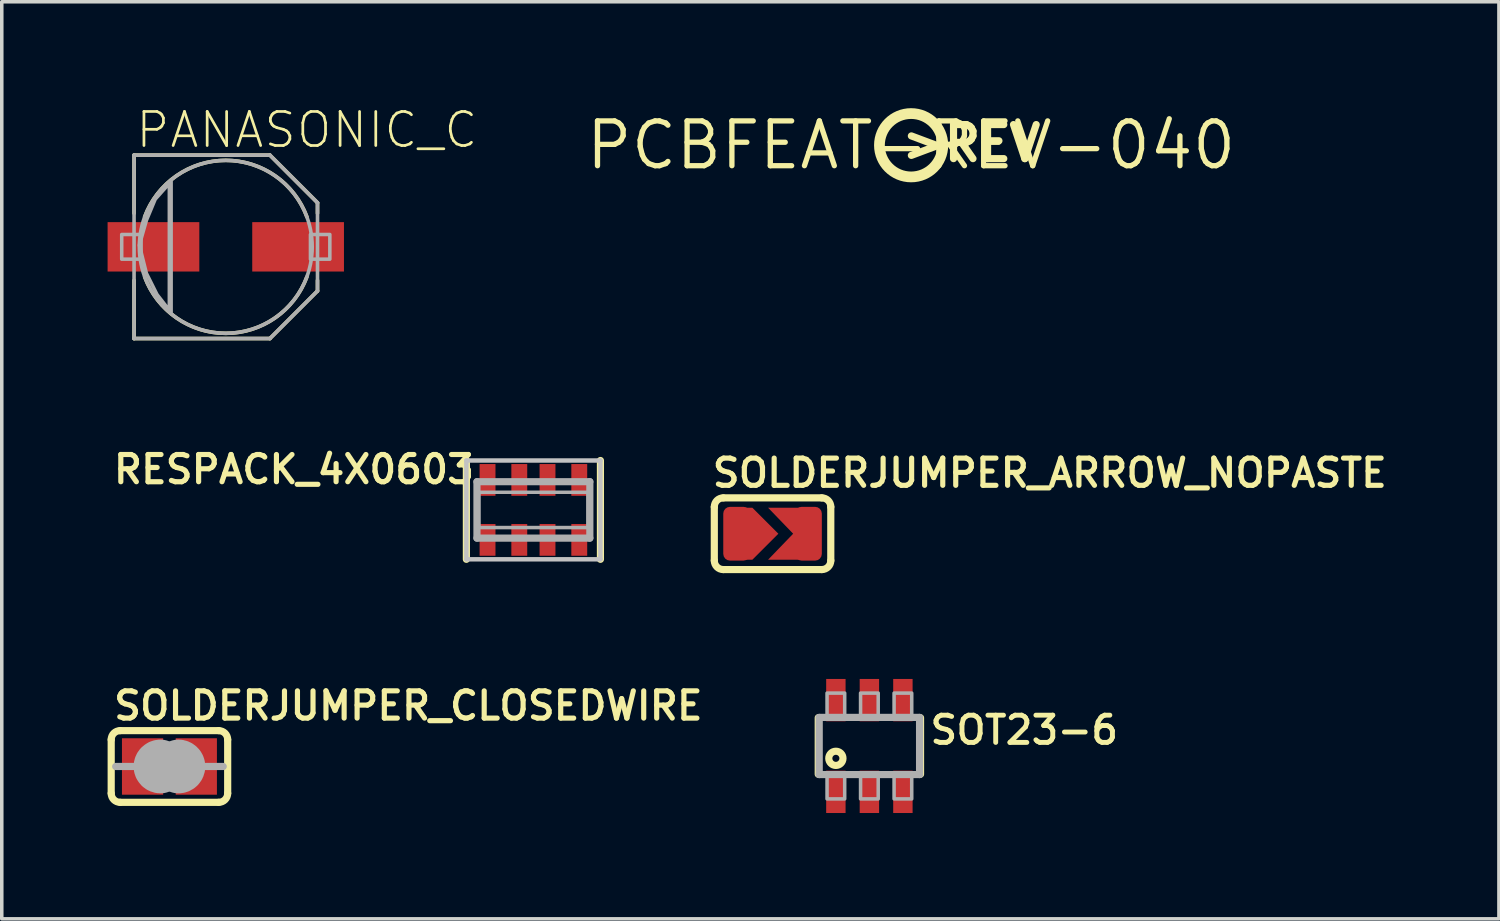
<source format=kicad_pcb>
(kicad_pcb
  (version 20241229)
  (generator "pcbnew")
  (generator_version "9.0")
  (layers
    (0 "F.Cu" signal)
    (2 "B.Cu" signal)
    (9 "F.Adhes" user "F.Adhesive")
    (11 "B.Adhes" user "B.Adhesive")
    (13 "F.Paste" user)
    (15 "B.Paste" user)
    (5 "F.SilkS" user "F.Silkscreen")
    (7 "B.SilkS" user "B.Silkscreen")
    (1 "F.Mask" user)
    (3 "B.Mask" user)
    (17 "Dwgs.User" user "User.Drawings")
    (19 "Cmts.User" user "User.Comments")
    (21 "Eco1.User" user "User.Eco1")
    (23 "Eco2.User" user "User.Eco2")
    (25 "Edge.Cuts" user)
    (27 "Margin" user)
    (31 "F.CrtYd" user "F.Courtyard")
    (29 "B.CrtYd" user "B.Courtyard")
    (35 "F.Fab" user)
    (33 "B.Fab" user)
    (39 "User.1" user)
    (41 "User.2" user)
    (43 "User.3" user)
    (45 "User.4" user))
  (footprint "SOLDERJUMPER_CLOSEDWIRE"
    (layer "F.Cu")
    (at 1.753 18.677)
    (property "Reference" "SOLDERJUMPER_CLOSEDWIRE" (at -1.651 -1.27 0) (layer "F.SilkS") (effects (font (size 0.772 0.772) (thickness 0.146)) (justify left bottom)))
    (attr through_hole)
    (fp_poly (pts (xy -1.27 -0.762) (xy 1.27 -0.762) (xy 1.27 0.762) (xy -1.27 0.762)) (stroke (width 0) (type solid)) (fill yes) (layer "F.Mask"))
    (fp_line (start -1.651 0.762) (end -1.651 -0.762) (stroke (width 0.203) (type solid)) (layer "F.SilkS"))
    (fp_line (start -1.397 -1.016) (end 1.397 -1.016) (stroke (width 0.203) (type solid)) (layer "F.SilkS"))
    (fp_line (start 1.397 1.016) (end -1.397 1.016) (stroke (width 0.203) (type solid)) (layer "F.SilkS"))
    (fp_line (start 1.651 0.762) (end 1.651 -0.762) (stroke (width 0.203) (type solid)) (layer "F.SilkS"))
    (fp_arc (start -1.651 -0.762) (mid -1.576605 -0.941605) (end -1.397 -1.016) (stroke (width 0.2032) (type solid)) (layer "F.SilkS"))
    (fp_arc (start -1.397 1.016) (mid -1.576605 0.941605) (end -1.651 0.762) (stroke (width 0.2032) (type solid)) (layer "F.SilkS"))
    (fp_arc (start 1.397 -1.016) (mid 1.576605 -0.941605) (end 1.651 -0.762) (stroke (width 0.2032) (type solid)) (layer "F.SilkS"))
    (fp_arc (start 1.651 0.762) (mid 1.576605 0.941605) (end 1.397 1.016) (stroke (width 0.2032) (type solid)) (layer "F.SilkS"))
    (fp_line (start -1.016 0) (end -1.524 0) (stroke (width 0.203) (type solid)) (layer "F.Fab"))
    (fp_line (start 1.016 0) (end 1.524 0) (stroke (width 0.203) (type solid)) (layer "F.Fab"))
    (fp_arc (start -0.254 0.127) (mid -0.381 0) (end -0.254 -0.127) (stroke (width 1.27) (type solid)) (layer "F.Fab"))
    (fp_arc (start 0.254 -0.127) (mid 0.381 0) (end 0.254 0.127) (stroke (width 1.27) (type solid)) (layer "F.Fab"))
    (pad "1" smd rect (at -0.762 0) (size 1.168 1.6) (layers "F.Cu" "F.Mask"))
    (pad "2" smd rect (at 0.762 0) (size 1.168 1.6) (layers "F.Cu" "F.Mask"))
    (pad "WIRE" smd rect (at 0 0) (size 0.635 0.203) (layers "F.Cu" "F.Mask")))
  (footprint "RESPACK_4X0603"
    (layer "F.Cu")
    (at 12.07 11.404)
    (property "Reference" "RESPACK_4X0603" (at -1.6 -1.6 0) (layer "F.SilkS") (effects (font (size 0.772 0.772) (thickness 0.146)) (justify right top)))
    (attr through_hole)
    (fp_line (start -1.9 1.4) (end -1.9 -1.4) (stroke (width 0.203) (type solid)) (layer "F.SilkS"))
    (fp_line (start 1.9 -1.4) (end 1.9 1.4) (stroke (width 0.203) (type solid)) (layer "F.SilkS"))
    (fp_line (start -1.9 -1.4) (end 1.9 -1.4) (stroke (width 0.127) (type solid)) (layer "Dwgs.User"))
    (fp_line (start -1.9 1.4) (end -1.9 -1.4) (stroke (width 0.127) (type solid)) (layer "Dwgs.User"))
    (fp_line (start -1.9 1.4) (end 1.9 1.4) (stroke (width 0.127) (type solid)) (layer "Dwgs.User"))
    (fp_line (start 1.9 -1.4) (end 1.9 1.4) (stroke (width 0.127) (type solid)) (layer "Dwgs.User"))
    (fp_line (start -1.6 -0.8) (end 1.6 -0.8) (stroke (width 0.203) (type solid)) (layer "F.Fab"))
    (fp_line (start -1.6 0.8) (end -1.6 -0.8) (stroke (width 0.203) (type solid)) (layer "F.Fab"))
    (fp_line (start 1.6 -0.8) (end 1.6 0.8) (stroke (width 0.203) (type solid)) (layer "F.Fab"))
    (fp_line (start 1.6 0.8) (end -1.6 0.8) (stroke (width 0.203) (type solid)) (layer "F.Fab"))
    (fp_poly (pts (xy -1.55 0.5) (xy 1.55 0.5) (xy 1.55 -0.5) (xy -1.55 -0.5)) (stroke (width 0.1) (type solid)) (fill no) (layer "F.Fab"))
    (pad "1" smd rect (at -1.3 0.85) (size 0.45 0.9) (layers "F.Cu" "F.Mask" "F.Paste"))
    (pad "2" smd rect (at -0.4 0.85) (size 0.45 0.9) (layers "F.Cu" "F.Mask" "F.Paste"))
    (pad "3" smd rect (at 0.4 0.85) (size 0.45 0.9) (layers "F.Cu" "F.Mask" "F.Paste"))
    (pad "4" smd rect (at 1.3 0.85) (size 0.45 0.9) (layers "F.Cu" "F.Mask" "F.Paste"))
    (pad "5" smd rect (at 1.3 -0.85) (size 0.45 0.9) (layers "F.Cu" "F.Mask" "F.Paste"))
    (pad "6" smd rect (at 0.4 -0.85) (size 0.45 0.9) (layers "F.Cu" "F.Mask" "F.Paste"))
    (pad "7" smd rect (at -0.4 -0.85) (size 0.45 0.9) (layers "F.Cu" "F.Mask" "F.Paste"))
    (pad "8" smd rect (at -1.3 -0.85) (size 0.45 0.9) (layers "F.Cu" "F.Mask" "F.Paste")))
  (footprint "SOT23-6"
    (layer "F.Cu")
    (at 21.594 18.096)
    (property "Reference" "SOT23-6" (at 1.651 0 0) (layer "F.SilkS") (effects (font (size 0.772 0.772) (thickness 0.139)) (justify left bottom)))
    (attr through_hole)
    (fp_line (start -1.45 -0.8) (end -1.45 0.8) (stroke (width 0.203) (type solid)) (layer "F.SilkS"))
    (fp_line (start 1.45 0.8) (end 1.45 -0.8) (stroke (width 0.203) (type solid)) (layer "F.SilkS"))
    (fp_circle (center -0.95 0.35) (end -0.85 0.35) (stroke (width 0.203) (type solid)) (fill no) (layer "F.SilkS"))
    (fp_line (start -1.422 -0.81) (end 1.422 -0.81) (stroke (width 0.203) (type solid)) (layer "F.Fab"))
    (fp_line (start -1.422 0.81) (end -1.422 -0.81) (stroke (width 0.203) (type solid)) (layer "F.Fab"))
    (fp_line (start 1.422 -0.81) (end 1.422 0.81) (stroke (width 0.203) (type solid)) (layer "F.Fab"))
    (fp_line (start 1.422 0.81) (end -1.422 0.81) (stroke (width 0.203) (type solid)) (layer "F.Fab"))
    (fp_poly (pts (xy -1.2 -0.85) (xy -0.7 -0.85) (xy -0.7 -1.5) (xy -1.2 -1.5)) (stroke (width 0.1) (type solid)) (fill no) (layer "F.Fab"))
    (fp_poly (pts (xy -1.2 1.5) (xy -0.7 1.5) (xy -0.7 0.85) (xy -1.2 0.85)) (stroke (width 0.1) (type solid)) (fill no) (layer "F.Fab"))
    (fp_poly (pts (xy -0.25 -0.85) (xy 0.25 -0.85) (xy 0.25 -1.5) (xy -0.25 -1.5)) (stroke (width 0.1) (type solid)) (fill no) (layer "F.Fab"))
    (fp_poly (pts (xy -0.25 1.5) (xy 0.25 1.5) (xy 0.25 0.85) (xy -0.25 0.85)) (stroke (width 0.1) (type solid)) (fill no) (layer "F.Fab"))
    (fp_poly (pts (xy 0.7 -0.85) (xy 1.2 -0.85) (xy 1.2 -1.5) (xy 0.7 -1.5)) (stroke (width 0.1) (type solid)) (fill no) (layer "F.Fab"))
    (fp_poly (pts (xy 0.7 1.5) (xy 1.2 1.5) (xy 1.2 0.85) (xy 0.7 0.85)) (stroke (width 0.1) (type solid)) (fill no) (layer "F.Fab"))
    (pad "1" smd rect (at -0.95 1.3) (size 0.55 1.2) (layers "F.Cu" "F.Mask" "F.Paste"))
    (pad "2" smd rect (at 0 1.3) (size 0.55 1.2) (layers "F.Cu" "F.Mask" "F.Paste"))
    (pad "3" smd rect (at 0.95 1.3) (size 0.55 1.2) (layers "F.Cu" "F.Mask" "F.Paste"))
    (pad "4" smd rect (at 0.95 -1.3) (size 0.55 1.2) (layers "F.Cu" "F.Mask" "F.Paste"))
    (pad "5" smd rect (at 0 -1.3) (size 0.55 1.2) (layers "F.Cu" "F.Mask" "F.Paste"))
    (pad "6" smd rect (at -0.95 -1.3) (size 0.55 1.2) (layers "F.Cu" "F.Mask" "F.Paste")))
  (footprint "PCBFEAT-REV-040"
    (layer "F.Cu")
    (at 22.777 1.067)
    (property "Reference" "PCBFEAT-REV-040" (at 0 0 0) (layer "F.SilkS") (effects (font (size 1.27 1.27) (thickness 0.15))))
    (attr through_hole)
    (fp_circle (center 0 0) (end 0.898 0) (stroke (width 0.305) (type solid)) (fill no) (layer "F.SilkS"))
    (fp_text user ">REV" (at -0.356 0.508 0) (layer "F.SilkS") (effects (font (size 0.965 0.965) (thickness 0.203)) (justify left bottom))))
  (footprint "SOLDERJUMPER_ARROW_NOPASTE"
    (layer "F.Cu")
    (at 18.849 12.079)
    (property "Reference" "SOLDERJUMPER_ARROW_NOPASTE" (at -1.778 -1.27 0) (layer "F.SilkS") (effects (font (size 0.772 0.772) (thickness 0.146)) (justify left bottom)))
    (attr through_hole)
    (fp_poly (pts (xy -1.143 -0.737) (xy -0.572 -0.737) (xy 0.165 0) (xy -0.572 0.737) (xy -1.143 0.737)) (stroke (width 0) (type solid)) (fill yes) (layer "F.Cu"))
    (fp_poly (pts (xy -0.127 -0.737) (xy 0.584 0) (xy -0.127 0.737) (xy 1.143 0.737) (xy 1.143 -0.737)) (stroke (width 0) (type solid)) (fill yes) (layer "F.Cu"))
    (fp_poly (pts (xy -1.46 0.826) (xy 1.46 0.826) (xy 1.46 -0.826) (xy -1.46 -0.826)) (stroke (width 0) (type solid)) (fill yes) (layer "F.Mask"))
    (fp_line (start -1.651 0.762) (end -1.651 -0.762) (stroke (width 0.203) (type solid)) (layer "F.SilkS"))
    (fp_line (start -1.397 -1.016) (end 1.397 -1.016) (stroke (width 0.203) (type solid)) (layer "F.SilkS"))
    (fp_line (start 1.397 1.016) (end -1.397 1.016) (stroke (width 0.203) (type solid)) (layer "F.SilkS"))
    (fp_line (start 1.651 0.762) (end 1.651 -0.762) (stroke (width 0.203) (type solid)) (layer "F.SilkS"))
    (fp_arc (start -1.651 -0.762) (mid -1.576605 -0.941605) (end -1.397 -1.016) (stroke (width 0.2032) (type solid)) (layer "F.SilkS"))
    (fp_arc (start -1.397 1.016) (mid -1.576605 0.941605) (end -1.651 0.762) (stroke (width 0.2032) (type solid)) (layer "F.SilkS"))
    (fp_arc (start 1.397 -1.016) (mid 1.576605 -0.941605) (end 1.651 -0.762) (stroke (width 0.2032) (type solid)) (layer "F.SilkS"))
    (fp_arc (start 1.651 0.762) (mid 1.576605 0.941605) (end 1.397 1.016) (stroke (width 0.2032) (type solid)) (layer "F.SilkS"))
    (pad "1" smd roundrect (at -1.016 0) (size 0.762 1.524) (layers "F.Cu" "F.Mask") (roundrect_rratio 0.25))
    (pad "2" smd roundrect (at 1.016 0) (size 0.762 1.524) (layers "F.Cu" "F.Mask") (roundrect_rratio 0.25)))
  (footprint "PANASONIC_C"
    (layer "F.Cu")
    (at 3.35 3.947)
    (property "Reference" "PANASONIC_C" (at -2.6 -2.75 0) (layer "F.SilkS") (effects (font (size 0.965 0.965) (thickness 0.077)) (justify left bottom)))
    (attr through_hole)
    (fp_line (start -2.6 -2.6) (end 1.25 -2.6) (stroke (width 0.102) (type solid)) (layer "F.SilkS"))
    (fp_line (start -2.6 -0.95) (end -2.6 -2.6) (stroke (width 0.102) (type solid)) (layer "F.SilkS"))
    (fp_line (start -2.6 2.6) (end -2.6 0.95) (stroke (width 0.102) (type solid)) (layer "F.SilkS"))
    (fp_line (start 1.25 -2.6) (end 2.6 -1.25) (stroke (width 0.102) (type solid)) (layer "F.SilkS"))
    (fp_line (start 1.25 2.6) (end -2.6 2.6) (stroke (width 0.102) (type solid)) (layer "F.SilkS"))
    (fp_line (start 2.6 -1.25) (end 2.6 -0.95) (stroke (width 0.102) (type solid)) (layer "F.SilkS"))
    (fp_line (start 2.6 0.95) (end 2.6 1.25) (stroke (width 0.102) (type solid)) (layer "F.SilkS"))
    (fp_line (start 2.6 1.25) (end 1.25 2.6) (stroke (width 0.102) (type solid)) (layer "F.SilkS"))
    (fp_arc (start -2.3 -0.85) (mid 0 -2.45204) (end 2.3 -0.85) (stroke (width 0.1016) (type solid)) (layer "F.SilkS"))
    (fp_arc (start 2.3 0.85) (mid 0 2.45204) (end -2.3 0.85) (stroke (width 0.1016) (type solid)) (layer "F.SilkS"))
    (fp_line (start -2.6 -2.6) (end 1.25 -2.6) (stroke (width 0.102) (type solid)) (layer "F.Fab"))
    (fp_line (start -2.6 2.6) (end -2.6 -2.6) (stroke (width 0.102) (type solid)) (layer "F.Fab"))
    (fp_line (start -1.55 -1.85) (end -1.55 1.85) (stroke (width 0.102) (type solid)) (layer "F.Fab"))
    (fp_line (start 1.25 -2.6) (end 2.6 -1.25) (stroke (width 0.102) (type solid)) (layer "F.Fab"))
    (fp_line (start 1.25 2.6) (end -2.6 2.6) (stroke (width 0.102) (type solid)) (layer "F.Fab"))
    (fp_line (start 2.6 -1.25) (end 2.6 1.25) (stroke (width 0.102) (type solid)) (layer "F.Fab"))
    (fp_line (start 2.6 1.25) (end 1.25 2.6) (stroke (width 0.102) (type solid)) (layer "F.Fab"))
    (fp_circle (center 0 0) (end 2.45 0) (stroke (width 0.102) (type solid)) (fill no) (layer "F.Fab"))
    (fp_poly (pts (xy -2.95 0.35) (xy -2.4 0.35) (xy -2.4 -0.35) (xy -2.95 -0.35)) (stroke (width 0.1) (type solid)) (fill no) (layer "F.Fab"))
    (fp_poly (pts (xy 2.4 0.35) (xy 2.95 0.35) (xy 2.95 -0.35) (xy 2.4 -0.35)) (stroke (width 0.1) (type solid)) (fill no) (layer "F.Fab"))
    (fp_poly (pts (xy -1.6 -1.8) (xy -2 -1.35) (xy -2.25 -0.75) (xy -2.45 -0.05) (xy -2.25 0.75) (xy -1.95 1.35) (xy -1.6 1.8)) (stroke (width 0.1) (type solid)) (fill no) (layer "F.Fab"))
    (pad "+" smd rect (at 2.05 0) (size 2.6 1.4) (layers "F.Cu" "F.Mask" "F.Paste"))
    (pad "-" smd rect (at -2.05 0) (size 2.6 1.4) (layers "F.Cu" "F.Mask" "F.Paste")))
  (gr_rect
    (start -3 -3)
    (end 39.439 22.996)
    (stroke (width 0.1) (type default))
    (fill no)
    (layer "Edge.Cuts")))
</source>
